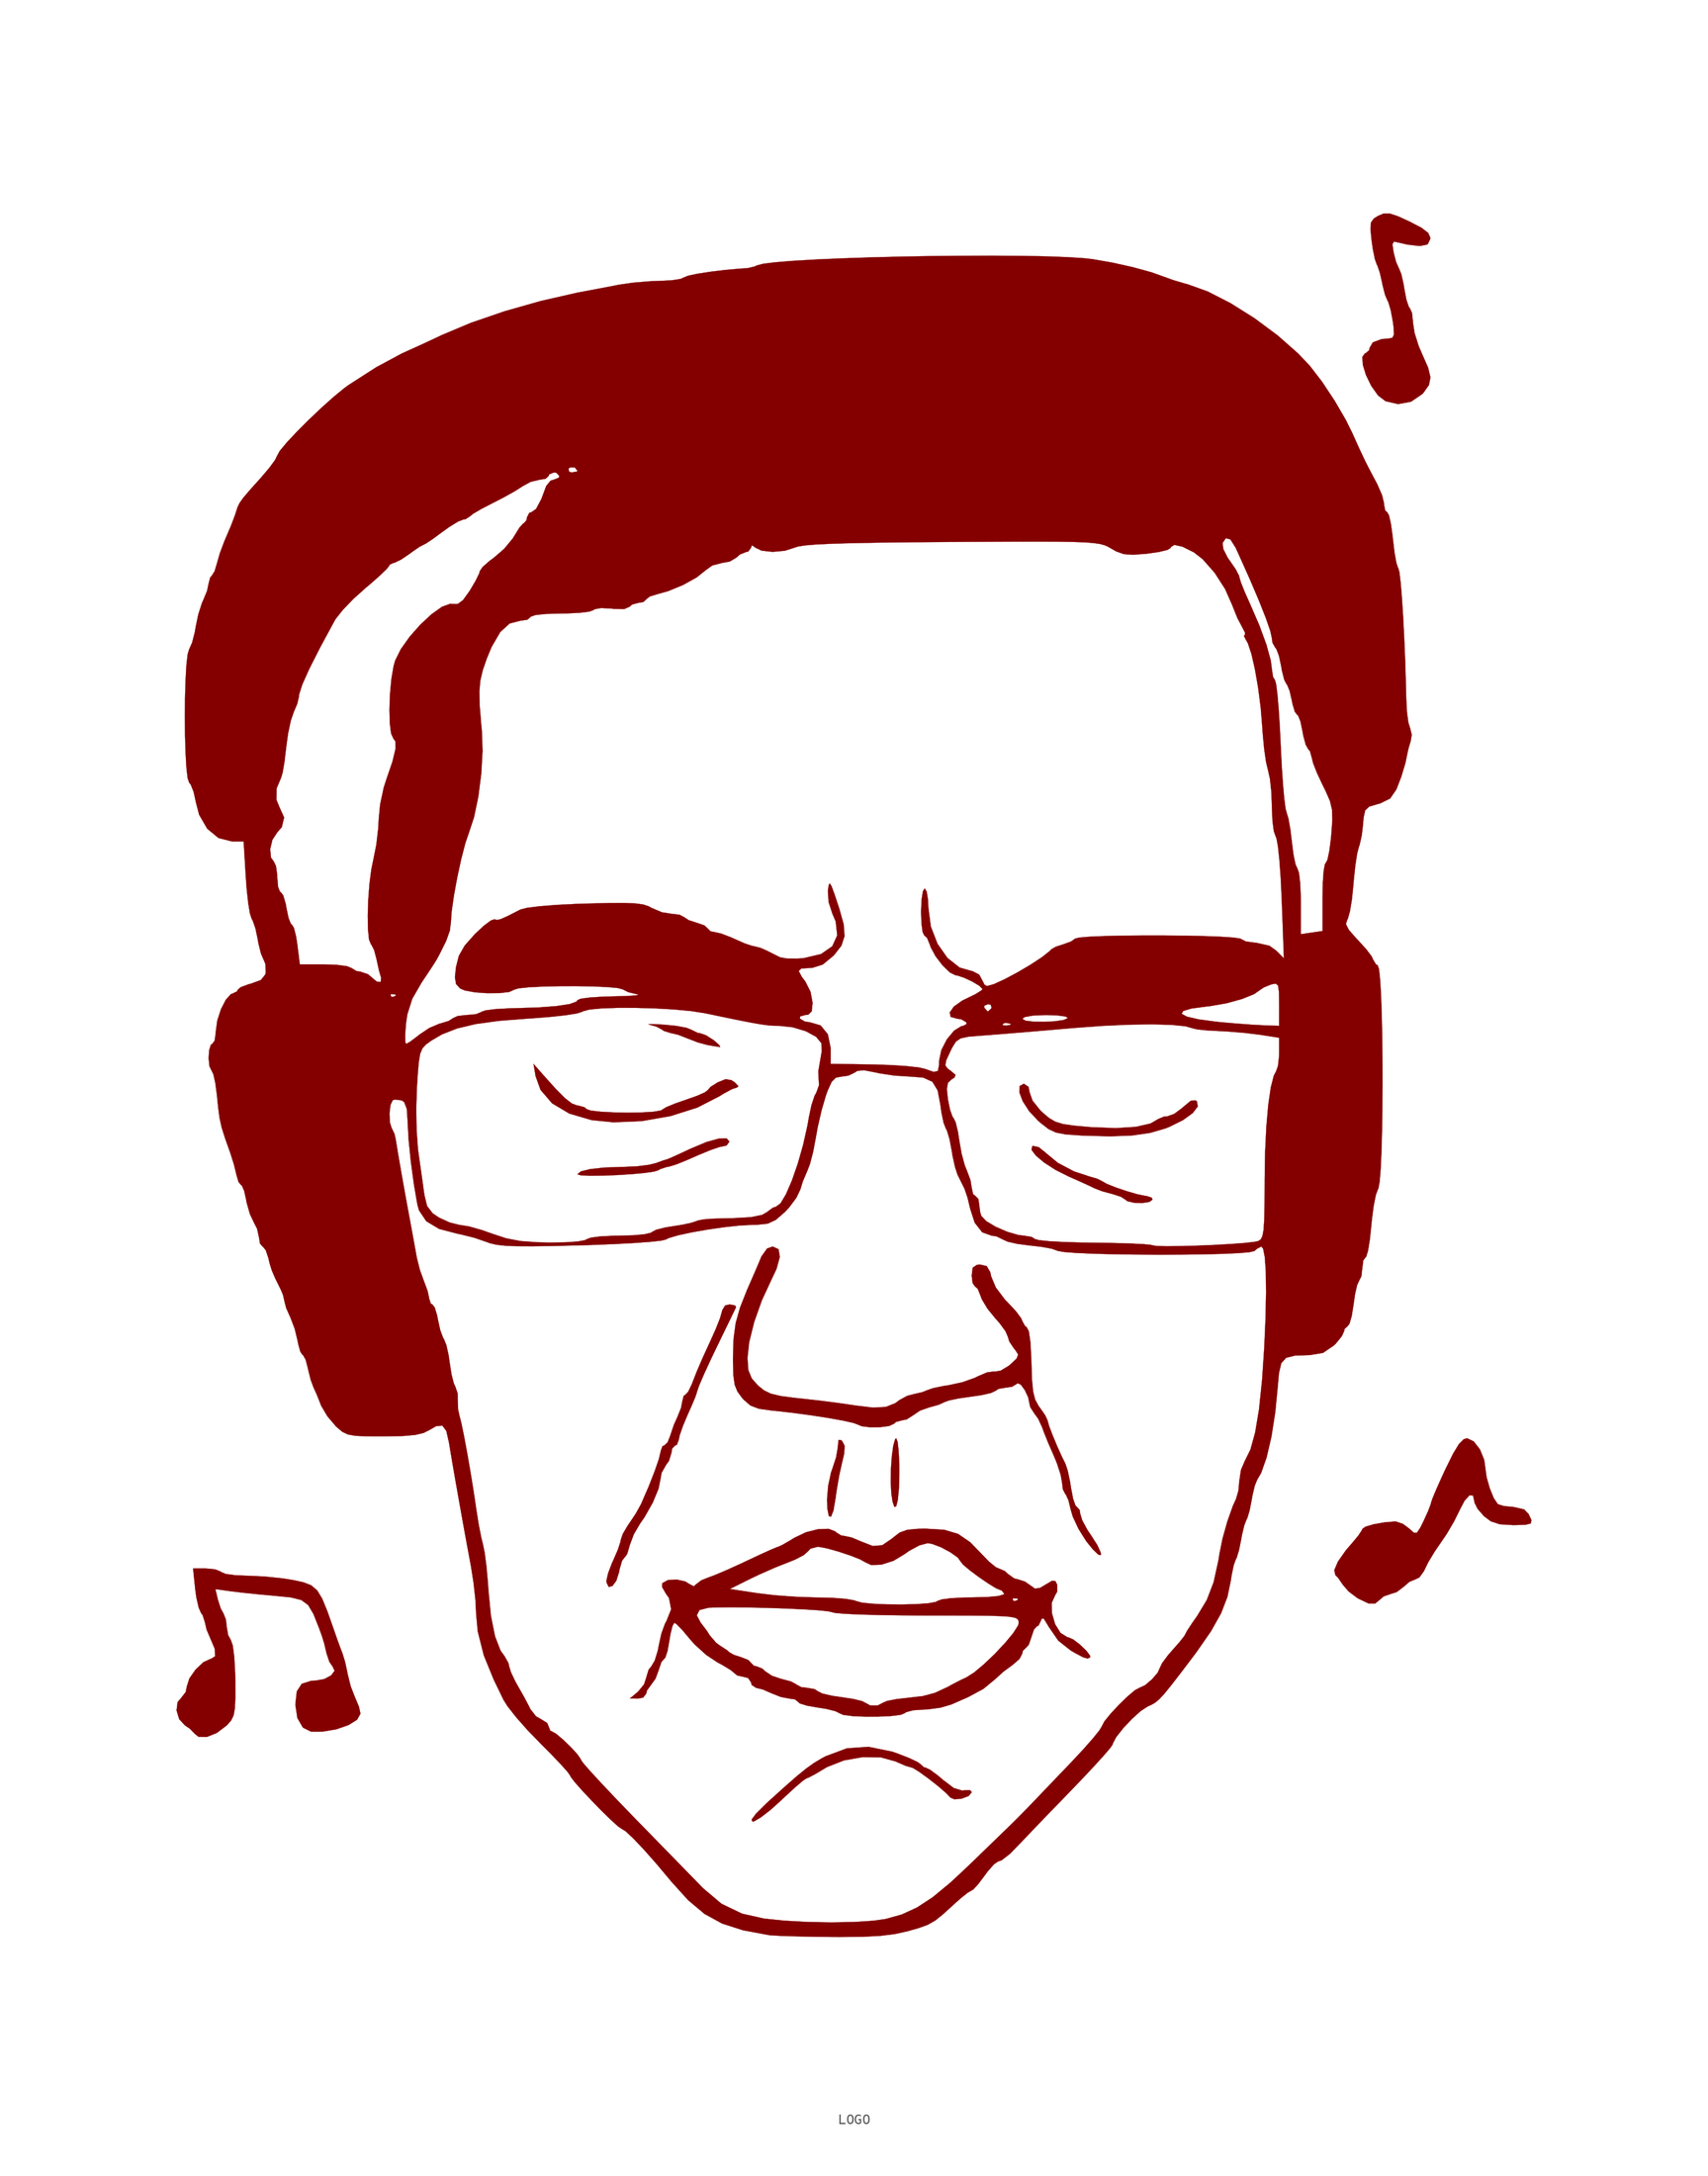
<source format=kicad_sym>
(kicad_symbol_lib
  (version 20220914)
  (generator "bitmap2component")
  (generator_version "9.0")
  (symbol "LOGO"
    (pin_names
      (offset 1.016))
    (property "Reference" "#G"
      (at 0 87.559 0)
      (effects (font (size 1.27 1.27)) hide))
    (symbol "LOGO_0_0"
      (polyline (pts (xy 4.208 -86.011) (xy 5.953 -85.918) (xy 7.352 -85.741) (xy 8.56 -85.471) (xy 9.666 -85.156) (xy 10.538 -84.839) (xy 11.256 -84.43) (xy 12.042 -83.798) (xy 13.121 -82.815) (xy 13.716 -82.284) (xy 14.427 -81.713) (xy 14.811 -81.492) (xy 14.955 -81.411) (xy 15.433 -80.902) (xy 16.051 -80.081) (xy 16.393 -79.616) (xy 16.995 -78.937) (xy 17.393 -78.669) (xy 17.726 -78.557) (xy 18.548 -77.923) (xy 19.68 -76.764) (xy 19.939 -76.486) (xy 20.665 -75.724) (xy 21.72 -74.626) (xy 23.007 -73.293) (xy 24.43 -71.826) (xy 25.474 -70.74) (xy 26.709 -69.427) (xy 27.692 -68.346) (xy 28.341 -67.588) (xy 28.575 -67.241) (xy 28.586 -67.156) (xy 28.922 -66.525) (xy 29.6 -65.666) (xy 30.451 -64.761) (xy 31.306 -63.992) (xy 31.997 -63.542) (xy 32.282 -63.419) (xy 32.67 -63.207) (xy 33.065 -62.891) (xy 33.549 -62.378) (xy 34.206 -61.576) (xy 35.122 -60.394) (xy 36.378 -58.74) (xy 36.75 -58.243) (xy 38.162 -56.207) (xy 39.141 -54.462) (xy 39.76 -52.859) (xy 40.095 -51.248) (xy 40.175 -50.713) (xy 40.379 -49.751) (xy 40.578 -49.212) (xy 40.66 -49.056) (xy 40.888 -48.309) (xy 41.099 -47.272) (xy 41.178 -46.827) (xy 41.406 -45.875) (xy 41.62 -45.332) (xy 41.698 -45.183) (xy 41.922 -44.442) (xy 42.124 -43.409) (xy 42.197 -42.985) (xy 42.425 -42.025) (xy 42.65 -41.469) (xy 43.054 -40.766) (xy 43.584 -39.261) (xy 44.049 -37.255) (xy 44.424 -34.87) (xy 44.681 -32.225) (xy 44.782 -31.06) (xy 45.011 -30.076) (xy 45.488 -29.547) (xy 46.362 -29.33) (xy 47.782 -29.285) (xy 49.083 -29.07) (xy 50.163 -28.333) (xy 50.329 -28.167) (xy 50.916 -27.449) (xy 51.153 -26.922) (xy 51.18 -26.739) (xy 51.488 -26.458) (xy 51.669 -26.221) (xy 51.887 -25.451) (xy 52.064 -24.334) (xy 52.204 -23.361) (xy 52.411 -22.446) (xy 52.61 -22.02) (xy 52.823 -21.597) (xy 52.917 -20.793) (xy 53.008 -20.062) (xy 53.228 -19.756) (xy 53.297 -19.69) (xy 53.472 -19.105) (xy 53.647 -18.044) (xy 53.792 -16.669) (xy 53.845 -16.104) (xy 54.026 -14.719) (xy 54.24 -13.648) (xy 54.452 -13.085) (xy 54.487 -13.019) (xy 54.607 -12.363) (xy 54.706 -11.153) (xy 54.783 -9.493) (xy 54.839 -7.489) (xy 54.874 -5.245) (xy 54.888 -2.867) (xy 54.882 -0.459) (xy 54.855 1.874) (xy 54.807 4.026) (xy 54.739 5.893) (xy 54.651 7.369) (xy 54.544 8.35) (xy 54.416 8.731) (xy 54.255 8.812) (xy 53.975 9.277) (xy 53.828 9.6) (xy 53.295 10.305) (xy 52.507 11.171) (xy 52.353 11.329) (xy 51.6 12.186) (xy 51.317 12.748) (xy 51.434 13.143) (xy 51.498 13.253) (xy 51.708 13.992) (xy 51.903 15.174) (xy 52.048 16.6) (xy 52.082 17.031) (xy 52.233 18.458) (xy 52.41 19.615) (xy 52.583 20.285) (xy 52.657 20.486) (xy 52.866 21.425) (xy 52.996 22.566) (xy 53.036 23.108) (xy 53.193 23.84) (xy 53.594 24.211) (xy 54.416 24.453) (xy 54.66 24.516) (xy 55.63 24.997) (xy 56.235 25.876) (xy 56.253 25.916) (xy 56.72 27.135) (xy 57.115 28.436) (xy 57.328 29.457) (xy 57.411 29.846) (xy 57.641 30.62) (xy 57.738 31.218) (xy 57.58 31.855) (xy 57.577 31.859) (xy 57.404 32.415) (xy 57.268 33.453) (xy 57.2 34.749) (xy 57.175 35.895) (xy 57.103 38.263) (xy 57.008 40.572) (xy 56.898 42.714) (xy 56.778 44.581) (xy 56.655 46.067) (xy 56.536 47.062) (xy 56.426 47.46) (xy 56.403 47.483) (xy 56.235 47.989) (xy 56.057 48.981) (xy 55.904 50.273) (xy 55.879 50.523) (xy 55.714 51.738) (xy 55.524 52.593) (xy 55.345 52.917) (xy 55.158 53.064) (xy 55.033 53.656) (xy 55.025 53.83) (xy 54.843 54.578) (xy 54.38 55.639) (xy 53.582 57.15) (xy 53.211 57.877) (xy 52.613 59.142) (xy 51.921 60.678) (xy 51.318 61.899) (xy 50.219 63.789) (xy 48.981 65.657) (xy 47.801 67.188) (xy 46.653 68.401) (xy 44.654 70.162) (xy 42.406 71.832) (xy 40.081 73.295) (xy 37.852 74.438) (xy 35.891 75.144) (xy 35.569 75.228) (xy 34.478 75.551) (xy 33.69 75.835) (xy 33.667 75.845) (xy 32.33 76.321) (xy 30.54 76.812) (xy 28.539 77.258) (xy 26.567 77.6) (xy 25.794 77.686) (xy 24.157 77.793) (xy 22.063 77.869) (xy 19.602 77.916) (xy 16.862 77.934) (xy 13.934 77.927) (xy 10.907 77.896) (xy 7.87 77.842) (xy 4.912 77.768) (xy 2.124 77.674) (xy -0.406 77.563) (xy -2.588 77.436) (xy -4.333 77.295) (xy -5.552 77.142) (xy -6.154 76.978) (xy -6.328 76.889) (xy -7.056 76.715) (xy -7.643 76.682) (xy -9.124 76.554) (xy -10.599 76.378) (xy -11.894 76.18) (xy -12.835 75.985) (xy -13.248 75.817) (xy -13.586 75.666) (xy -14.455 75.533) (xy -15.631 75.473) (xy -16.562 75.441) (xy -18.192 75.305) (xy -19.579 75.104) (xy -20.041 75.014) (xy -21.559 74.722) (xy -22.931 74.465) (xy -23.68 74.323) (xy -27.234 73.513) (xy -30.769 72.509) (xy -34.055 71.38) (xy -36.865 70.197) (xy -37.917 69.701) (xy -39.224 69.097) (xy -40.217 68.65) (xy -40.785 68.39) (xy -43.272 67.053) (xy -45.989 65.305) (xy -46.377 65.021) (xy -47.425 64.162) (xy -48.627 63.087) (xy -49.866 61.91) (xy -51.029 60.745) (xy -52.003 59.703) (xy -52.672 58.898) (xy -52.923 58.443) (xy -53.137 58.006) (xy -53.713 57.221) (xy -53.769 57.156) (xy -24.515 57.156) (xy -24.36 57.289) (xy -23.895 57.282) (xy -23.636 56.953) (xy -23.702 56.879) (xy -24.186 56.797) (xy -24.438 56.849) (xy -24.515 57.156) (xy -53.769 57.156) (xy -54.524 56.268) (xy -54.654 56.124) (xy -55.626 55.041) (xy -56.238 54.321) (xy -56.595 53.818) (xy -56.801 53.389) (xy -56.959 52.89) (xy -57.045 52.622) (xy -57.421 51.629) (xy -57.898 50.51) (xy -58.069 50.114) (xy -58.518 48.92) (xy -58.797 47.944) (xy -59.029 47.167) (xy -59.312 46.715) (xy -59.46 46.55) (xy -59.622 45.928) (xy -59.762 45.252) (xy -60.129 44.364) (xy -60.262 44.069) (xy -60.619 42.959) (xy -60.877 41.718) (xy -60.965 41.204) (xy -61.23 40.178) (xy -61.516 39.545) (xy -61.66 39.059) (xy -61.778 38.012) (xy -61.863 36.553) (xy -61.913 34.821) (xy -61.929 32.957) (xy -61.912 31.1) (xy -61.861 29.39) (xy -61.776 27.966) (xy -61.658 26.967) (xy -61.506 26.534) (xy -61.363 26.365) (xy -61.074 25.634) (xy -60.846 24.591) (xy -60.539 23.414) (xy -59.751 22.051) (xy -58.651 21.144) (xy -57.352 20.814) (xy -56.198 20.814) (xy -56.152 20.048) (xy -53.611 20.048) (xy -53.394 20.966) (xy -52.917 21.696) (xy -52.475 22.205) (xy -52.25 23.147) (xy -52.719 24.186) (xy -52.998 24.875) (xy -52.982 25.979) (xy -52.56 26.988) (xy -52.548 27.006) (xy -52.387 27.562) (xy -52.212 28.596) (xy -52.059 29.899) (xy -51.867 31.318) (xy -51.598 32.587) (xy -51.31 33.427) (xy -50.961 34.251) (xy -50.802 34.959) (xy -50.778 35.175) (xy -50.468 36.136) (xy -49.791 37.643) (xy -48.743 39.71) (xy -47.315 42.352) (xy -47.222 42.506) (xy -46.518 43.396) (xy -45.484 44.469) (xy -44.306 45.526) (xy -43.893 45.873) (xy -42.919 46.73) (xy -42.24 47.383) (xy -41.985 47.713) (xy -41.962 47.798) (xy -41.573 47.978) (xy -41.462 47.997) (xy -40.832 48.303) (xy -40.009 48.86) (xy -39.741 49.06) (xy -39.034 49.547) (xy -38.656 49.742) (xy -38.416 49.861) (xy -37.747 50.309) (xy -36.841 50.976) (xy -36.128 51.488) (xy -35.274 52.009) (xy -34.751 52.211) (xy -34.567 52.231) (xy -34.161 52.487) (xy -33.823 52.76) (xy -33.018 53.234) (xy -31.926 53.798) (xy -30.865 54.342) (xy -29.73 54.976) (xy -28.968 55.463) (xy -28.195 55.882) (xy -27.293 56.092) (xy -26.759 56.174) (xy -26.458 56.444) (xy -26.399 56.607) (xy -25.929 56.797) (xy -25.686 56.757) (xy -25.4 56.444) (xy -25.464 56.279) (xy -25.94 56.092) (xy -26.258 55.998) (xy -26.687 55.474) (xy -27.155 54.214) (xy -27.675 53.237) (xy -28.132 52.917) (xy -28.337 52.856) (xy -28.575 52.388) (xy -28.605 52.145) (xy -28.848 51.858) (xy -28.914 51.834) (xy -29.296 51.415) (xy -29.777 50.639) (xy -29.949 50.356) (xy -30.79 49.344) (xy -31.797 48.474) (xy -32.218 48.165) (xy -32.894 47.569) (xy -33.161 47.173) (xy -33.222 46.951) (xy -33.571 46.234) (xy -34.124 45.294) (xy -34.163 45.233) (xy -34.803 44.343) (xy -35.32 43.963) (xy -35.878 43.97) (xy -36.056 43.985) (xy -36.853 43.693) (xy -37.863 42.975) (xy -38.954 41.963) (xy -39.997 40.785) (xy -40.862 39.571) (xy -41.419 38.45) (xy -41.574 37.897) (xy -41.788 36.637) (xy -41.923 35.17) (xy -41.976 33.676) (xy -41.941 32.337) (xy -41.815 31.333) (xy -41.594 30.847) (xy -41.397 30.572) (xy -41.387 29.829) (xy -41.682 28.598) (xy -42.295 26.811) (xy -42.532 26.067) (xy -42.884 24.427) (xy -43.027 22.916) (xy -43.062 22.151) (xy -43.258 20.482) (xy -43.568 18.93) (xy -43.743 18.082) (xy -43.925 16.68) (xy -44.042 15.124) (xy -44.092 13.586) (xy -44.068 12.236) (xy -43.967 11.245) (xy -43.784 10.784) (xy -43.742 10.749) (xy -43.47 10.213) (xy -43.235 9.328) (xy -43.213 9.214) (xy -42.998 8.236) (xy -42.804 7.56) (xy -42.784 7.503) (xy -42.825 7.11) (xy -43.211 7.139) (xy -43.744 7.585) (xy -44.065 7.859) (xy -44.825 8.114) (xy -45.184 8.164) (xy -45.685 8.467) (xy -45.685 8.468) (xy -46.127 8.645) (xy -47.07 8.771) (xy -48.311 8.819) (xy -50.719 8.819) (xy -50.961 10.76) (xy -51.087 11.562) (xy -51.294 12.382) (xy -51.491 12.7) (xy -51.589 12.774) (xy -51.818 13.343) (xy -52.016 14.287) (xy -52.103 14.766) (xy -52.341 15.561) (xy -52.586 15.875) (xy -52.656 15.907) (xy -52.842 16.389) (xy -52.917 17.265) (xy -52.923 17.534) (xy -53.044 18.411) (xy -53.269 18.874) (xy -53.532 19.233) (xy -53.611 20.048) (xy -56.152 20.048) (xy -55.981 17.249) (xy -55.906 16.23) (xy -55.755 14.824) (xy -55.583 13.777) (xy -55.414 13.263) (xy -55.316 13.102) (xy -55.046 12.324) (xy -54.824 11.271) (xy -54.752 10.854) (xy -54.507 9.871) (xy -54.252 9.28) (xy -54.078 8.873) (xy -54.036 8.057) (xy -54.087 7.832) (xy -54.514 7.295) (xy -55.474 6.944) (xy -55.726 6.879) (xy -56.49 6.59) (xy -56.797 6.315) (xy -56.828 6.198) (xy -57.238 5.989) (xy -57.434 5.925) (xy -57.475 5.88) (xy -41.863 5.88) (xy -41.811 5.922) (xy -41.393 5.88) (xy -41.337 5.774) (xy -41.628 5.644) (xy -41.815 5.67) (xy -41.863 5.88) (xy -57.475 5.88) (xy -57.934 5.375) (xy -58.413 4.439) (xy -58.772 3.334) (xy -58.914 2.279) (xy -58.917 2.129) (xy -58.936 2.001) (xy -40.441 2.001) (xy -40.358 3.087) (xy -40.23 3.949) (xy -39.752 5.459) (xy -38.856 7.02) (xy -38.222 7.968) (xy -37.655 8.834) (xy -37.356 9.313) (xy -37.121 9.745) (xy -36.444 11.104) (xy -36.088 12.107) (xy -35.984 12.931) (xy -35.91 13.976) (xy -35.686 15.542) (xy -35.358 17.327) (xy -34.972 19.101) (xy -34.574 20.634) (xy -34.212 21.696) (xy -33.724 23.173) (xy -33.306 25.184) (xy -33.02 27.42) (xy -32.895 29.637) (xy -32.962 31.59) (xy -33.031 32.291) (xy -33.176 34.081) (xy -33.206 35.421) (xy -33.111 36.5) (xy -32.875 37.507) (xy -32.488 38.629) (xy -32.011 39.779) (xy -31.165 41.234) (xy -30.25 42.067) (xy -29.219 42.333) (xy -28.527 42.433) (xy -28.222 42.686) (xy -28.203 42.73) (xy -27.726 42.892) (xy -26.697 43) (xy -25.244 43.039) (xy -24.74 43.044) (xy -23.436 43.106) (xy -22.482 43.226) (xy -22.054 43.383) (xy -21.953 43.463) (xy -21.307 43.575) (xy -20.316 43.518) (xy -20.142 43.496) (xy -19.074 43.474) (xy -18.547 43.703) (xy -18.307 43.915) (xy -17.618 44.097) (xy -17.228 44.153) (xy -16.933 44.406) (xy -16.93 44.43) (xy -16.57 44.704) (xy -15.795 44.942) (xy -14.798 45.219) (xy -13.341 45.82) (xy -12.017 46.553) (xy -11.104 47.281) (xy -10.479 47.726) (xy -9.514 47.978) (xy -8.78 48.107) (xy -8.114 48.507) (xy -7.807 48.787) (xy -7.189 49.036) (xy -6.984 49.076) (xy -6.703 49.459) (xy -6.629 49.705) (xy -6.279 49.459) (xy -5.669 49.168) (xy -4.603 49.051) (xy -3.415 49.157) (xy -2.394 49.483) (xy -2.137 49.569) (xy -1.463 49.677) (xy -0.383 49.767) (xy 1.153 49.842) (xy 3.195 49.902) (xy 5.793 49.95) (xy 8.996 49.988) (xy 12.855 50.017) (xy 15.756 50.034) (xy 18.808 50.049) (xy 21.279 50.053) (xy 23.238 50.044) (xy 24.754 50.018) (xy 25.897 49.974) (xy 26.649 49.914) (xy 39.285 49.914) (xy 39.602 50.38) (xy 40.045 50.269) (xy 40.547 49.477) (xy 40.873 48.769) (xy 41.944 46.379) (xy 42.836 44.286) (xy 43.514 42.572) (xy 43.946 41.322) (xy 44.097 40.619) (xy 44.155 40.184) (xy 44.43 39.7) (xy 44.533 39.578) (xy 44.788 38.908) (xy 44.999 37.911) (xy 45.079 37.452) (xy 45.301 36.579) (xy 45.518 36.154) (xy 45.582 36.086) (xy 45.824 35.5) (xy 46.038 34.57) (xy 46.099 34.25) (xy 46.329 33.472) (xy 46.558 33.161) (xy 46.653 33.089) (xy 46.879 32.524) (xy 47.076 31.582) (xy 47.156 31.131) (xy 47.396 30.244) (xy 47.645 29.797) (xy 47.805 29.626) (xy 47.982 28.995) (xy 48.119 28.442) (xy 48.507 27.457) (xy 49.057 26.287) (xy 49.338 25.725) (xy 49.764 24.744) (xy 49.966 23.885) (xy 49.992 22.873) (xy 49.889 21.436) (xy 49.858 21.105) (xy 49.699 19.88) (xy 49.516 19.021) (xy 49.343 18.697) (xy 49.266 18.591) (xy 49.148 17.936) (xy 49.066 16.817) (xy 49.036 15.386) (xy 49.036 12.075) (xy 47.978 11.919) (xy 46.919 11.764) (xy 46.919 14.857) (xy 46.913 15.467) (xy 46.852 16.777) (xy 46.74 17.73) (xy 46.594 18.151) (xy 46.402 18.574) (xy 46.205 19.501) (xy 46.048 20.729) (xy 45.902 21.954) (xy 45.707 23.048) (xy 45.515 23.683) (xy 45.426 24.03) (xy 45.3 25.011) (xy 45.171 26.471) (xy 45.05 28.28) (xy 44.95 30.309) (xy 44.873 31.913) (xy 44.758 33.714) (xy 44.634 35.165) (xy 44.51 36.148) (xy 44.398 36.545) (xy 44.209 36.852) (xy 44.097 37.579) (xy 43.99 38.445) (xy 43.57 39.98) (xy 42.874 41.881) (xy 41.95 44.01) (xy 41.948 44.015) (xy 41.431 45.175) (xy 41.063 46.101) (xy 40.922 46.591) (xy 40.895 46.718) (xy 40.571 47.346) (xy 40.001 48.174) (xy 39.783 48.485) (xy 39.357 49.325) (xy 39.285 49.914) (xy 26.649 49.914) (xy 26.736 49.908) (xy 27.34 49.817) (xy 27.779 49.698) (xy 28.121 49.548) (xy 28.436 49.366) (xy 28.915 49.093) (xy 29.664 48.828) (xy 30.58 48.767) (xy 31.925 48.873) (xy 33.058 49.035) (xy 33.898 49.237) (xy 34.219 49.43) (xy 34.228 49.511) (xy 34.582 49.731) (xy 35.369 49.557) (xy 36.476 49.011) (xy 37.347 48.335) (xy 38.506 47.019) (xy 39.532 45.428) (xy 40.255 43.794) (xy 40.289 43.694) (xy 40.728 42.602) (xy 41.193 41.716) (xy 41.476 41.17) (xy 41.449 40.922) (xy 41.368 40.853) (xy 41.562 40.472) (xy 41.753 40.137) (xy 42.1 39.092) (xy 42.443 37.592) (xy 42.755 35.792) (xy 43.005 33.851) (xy 43.163 31.926) (xy 43.199 31.358) (xy 43.343 29.836) (xy 43.526 28.56) (xy 43.718 27.758) (xy 43.907 26.917) (xy 44.045 25.64) (xy 44.097 24.213) (xy 44.097 24.11) (xy 44.153 22.817) (xy 44.286 21.806) (xy 44.469 21.289) (xy 44.548 21.105) (xy 44.693 20.291) (xy 44.833 18.951) (xy 44.958 17.204) (xy 45.055 15.165) (xy 45.269 9.412) (xy 44.507 10.174) (xy 43.851 10.639) (xy 42.531 10.936) (xy 42.423 10.938) (xy 41.568 11.05) (xy 41.099 11.289) (xy 41.001 11.338) (xy 40.325 11.437) (xy 39.123 11.517) (xy 37.516 11.578) (xy 35.627 11.618) (xy 33.581 11.639) (xy 31.501 11.64) (xy 29.509 11.62) (xy 27.729 11.579) (xy 26.285 11.517) (xy 25.299 11.433) (xy 24.895 11.328) (xy 24.506 11.051) (xy 23.731 10.771) (xy 23.024 10.542) (xy 22.581 10.291) (xy 22.427 10.123) (xy 21.668 9.522) (xy 20.555 8.791) (xy 19.276 8.037) (xy 18.017 7.367) (xy 16.964 6.887) (xy 16.304 6.703) (xy 16.067 6.836) (xy 15.773 7.408) (xy 15.547 7.82) (xy 14.938 8.14) (xy 13.646 8.506) (xy 12.451 9.447) (xy 11.48 10.829) (xy 10.828 12.516) (xy 10.587 14.376) (xy 10.558 15.092) (xy 10.428 15.91) (xy 10.231 16.228) (xy 10.06 15.953) (xy 9.928 15.133) (xy 9.878 13.935) (xy 9.919 12.805) (xy 10.032 11.963) (xy 10.192 11.642) (xy 10.459 11.412) (xy 10.732 10.745) (xy 10.812 10.5) (xy 11.287 9.619) (xy 11.967 8.728) (xy 12.675 8.038) (xy 13.233 7.761) (xy 13.39 7.743) (xy 14.084 7.514) (xy 14.904 7.127) (xy 15.587 6.715) (xy 15.872 6.412) (xy 15.775 6.289) (xy 15.201 5.924) (xy 14.284 5.477) (xy 13.885 5.282) (xy 13.174 4.773) (xy 16.023 4.773) (xy 16.404 4.939) (xy 16.673 4.885) (xy 16.757 4.586) (xy 16.685 4.479) (xy 16.404 4.233) (xy 16.353 4.25) (xy 16.051 4.586) (xy 16.023 4.773) (xy 13.174 4.773) (xy 13.069 4.698) (xy 12.675 4.13) (xy 12.701 4.001) (xy 35.294 4.001) (xy 35.434 4.27) (xy 36.244 4.514) (xy 37.739 4.713) (xy 38.084 4.75) (xy 39.666 5.026) (xy 41.155 5.434) (xy 42.347 5.91) (xy 43.039 6.391) (xy 43.317 6.577) (xy 44.009 6.855) (xy 44.068 6.874) (xy 44.481 6.947) (xy 44.7 6.75) (xy 44.787 6.137) (xy 44.803 4.963) (xy 44.803 2.822) (xy 43.303 2.876) (xy 42.202 2.935) (xy 40.706 3.044) (xy 39.158 3.177) (xy 38.715 3.221) (xy 36.951 3.458) (xy 35.805 3.724) (xy 35.294 4.001) (xy 12.701 4.001) (xy 12.762 3.699) (xy 13.385 3.528) (xy 13.518 3.509) (xy 19.756 3.509) (xy 19.978 3.682) (xy 20.788 3.828) (xy 22.069 3.881) (xy 22.072 3.881) (xy 23.211 3.84) (xy 23.976 3.734) (xy 24.201 3.586) (xy 23.789 3.398) (xy 22.941 3.272) (xy 21.887 3.216) (xy 20.854 3.234) (xy 20.068 3.33) (xy 19.756 3.509) (xy 13.518 3.509) (xy 13.79 3.471) (xy 14.287 3.175) (xy 14.327 3.002) (xy 14.147 2.907) (xy 17.792 2.907) (xy 17.925 3.063) (xy 18.13 3.12) (xy 18.602 3.035) (xy 18.596 2.915) (xy 18.139 2.85) (xy 17.792 2.907) (xy 14.147 2.907) (xy 13.987 2.822) (xy 13.816 2.8) (xy 13.093 2.354) (xy 12.388 1.499) (xy 11.854 0.456) (xy 11.642 -0.556) (xy 11.636 -0.991) (xy 11.628 -1.028) (xy 12.243 -1.028) (xy 12.326 -0.55) (xy 12.725 0.322) (xy 12.92 0.718) (xy 13.28 1.292) (xy 13.744 1.608) (xy 14.51 1.768) (xy 15.781 1.873) (xy 16.647 1.937) (xy 18.231 2.064) (xy 20.213 2.227) (xy 22.424 2.414) (xy 24.694 2.61) (xy 27.439 2.814) (xy 30.052 2.938) (xy 32.358 2.974) (xy 34.258 2.924) (xy 35.655 2.787) (xy 36.45 2.564) (xy 36.821 2.479) (xy 37.725 2.385) (xy 38.919 2.319) (xy 39.831 2.271) (xy 41.503 2.131) (xy 42.951 1.953) (xy 44.803 1.666) (xy 44.803 0.198) (xy 44.796 -0.126) (xy 44.693 -1.065) (xy 44.507 -1.605) (xy 44.279 -2.041) (xy 43.986 -3.196) (xy 43.741 -4.893) (xy 43.554 -7.033) (xy 43.434 -9.522) (xy 43.392 -12.262) (xy 43.392 -12.602) (xy 43.382 -14.646) (xy 43.35 -16.105) (xy 43.284 -17.081) (xy 43.173 -17.679) (xy 43.007 -18.004) (xy 42.774 -18.16) (xy 42.378 -18.245) (xy 41.396 -18.353) (xy 40.028 -18.454) (xy 38.43 -18.543) (xy 36.758 -18.613) (xy 35.167 -18.657) (xy 33.813 -18.669) (xy 32.851 -18.644) (xy 32.438 -18.575) (xy 32.281 -18.532) (xy 31.524 -18.461) (xy 30.26 -18.4) (xy 28.613 -18.353) (xy 26.707 -18.326) (xy 25.57 -18.311) (xy 23.799 -18.257) (xy 22.36 -18.176) (xy 21.375 -18.075) (xy 20.972 -17.962) (xy 20.667 -17.761) (xy 19.94 -17.639) (xy 19.38 -17.576) (xy 18.279 -17.257) (xy 17.147 -16.765) (xy 16.224 -16.21) (xy 15.749 -15.704) (xy 15.643 -15.345) (xy 15.522 -14.435) (xy 15.46 -14.053) (xy 15.169 -13.758) (xy 14.949 -13.584) (xy 14.815 -12.965) (xy 14.694 -12.214) (xy 14.332 -11.251) (xy 14.139 -10.775) (xy 13.83 -9.636) (xy 13.604 -8.346) (xy 13.474 -7.507) (xy 13.257 -6.6) (xy 13.049 -6.171) (xy 12.945 -6.038) (xy 12.703 -5.36) (xy 12.497 -4.354) (xy 12.391 -3.342) (xy 12.495 -2.732) (xy 12.859 -2.388) (xy 13.138 -2.216) (xy 13.236 -1.951) (xy 12.761 -1.555) (xy 12.48 -1.35) (xy 12.243 -1.028) (xy 11.628 -1.028) (xy 11.516 -1.578) (xy 11.106 -1.669) (xy 10.231 -1.363) (xy 9.642 -1.232) (xy 8.469 -1.1) (xy 6.93 -0.999) (xy 5.204 -0.944) (xy 1.059 -0.882) (xy 1.059 0.563) (xy 1.057 0.678) (xy 0.783 2.006) (xy 0.082 2.868) (xy -0.977 3.175) (xy -1.447 3.24) (xy -1.94 3.528) (xy -1.92 3.745) (xy -1.432 3.881) (xy -1.119 3.915) (xy -0.789 4.24) (xy -0.706 5.068) (xy -0.904 6.144) (xy -1.411 7.152) (xy -1.762 7.614) (xy -2.055 8.175) (xy -1.806 8.417) (xy -0.97 8.47) (xy -0.738 8.48) (xy 0.28 8.798) (xy 1.323 9.655) (xy 1.409 9.744) (xy 2.113 10.651) (xy 2.412 11.576) (xy 2.33 12.721) (xy 1.893 14.287) (xy 1.436 15.659) (xy 1.142 16.452) (xy 0.968 16.721) (xy 0.867 16.541) (xy 0.79 15.986) (xy 0.857 14.907) (xy 1.214 13.798) (xy 1.554 12.992) (xy 1.7 11.648) (xy 1.213 10.58) (xy 0.117 9.827) (xy -1.562 9.429) (xy -2.139 9.384) (xy -3.192 9.388) (xy -3.855 9.506) (xy -4.35 9.747) (xy -5.199 10.175) (xy -5.79 10.433) (xy -6.433 10.595) (xy -6.592 10.621) (xy -7.328 10.867) (xy -8.29 11.289) (xy -8.644 11.452) (xy -9.629 11.827) (xy -10.319 11.982) (xy -10.644 12.038) (xy -10.936 12.319) (xy -10.936 12.325) (xy -11.252 12.62) (xy -11.99 12.876) (xy -12.786 13.131) (xy -13.246 13.433) (xy -13.684 13.659) (xy -14.497 13.758) (xy -15.392 13.897) (xy -16.425 14.334) (xy -16.701 14.488) (xy -17.227 14.66) (xy -17.987 14.764) (xy -19.1 14.809) (xy -20.682 14.8) (xy -22.851 14.747) (xy -23.543 14.725) (xy -25.593 14.625) (xy -27.298 14.492) (xy -28.538 14.338) (xy -29.192 14.172) (xy -29.246 14.144) (xy -30.404 13.553) (xy -31.101 13.24) (xy -31.492 13.147) (xy -31.73 13.217) (xy -32.084 13.1) (xy -32.776 12.582) (xy -33.641 11.775) (xy -34.632 10.656) (xy -35.204 9.66) (xy -35.488 8.543) (xy -35.589 7.554) (xy -35.476 6.901) (xy -35.083 6.469) (xy -34.614 6.273) (xy -33.628 6.095) (xy -32.427 6.008) (xy -31.238 6.019) (xy -30.29 6.131) (xy -29.81 6.35) (xy -29.806 6.355) (xy -29.367 6.487) (xy -28.382 6.588) (xy -27.006 6.657) (xy -25.395 6.694) (xy -23.702 6.697) (xy -22.083 6.668) (xy -20.691 6.605) (xy -19.681 6.508) (xy -19.209 6.377) (xy -18.683 6.111) (xy -17.815 5.901) (xy -17.658 5.851) (xy -17.996 5.786) (xy -18.874 5.733) (xy -20.197 5.697) (xy -21.142 5.671) (xy -22.427 5.588) (xy -23.309 5.47) (xy -23.636 5.332) (xy -23.724 5.193) (xy -24.394 4.949) (xy -25.663 4.754) (xy -27.464 4.617) (xy -29.727 4.546) (xy -30.336 4.531) (xy -31.645 4.455) (xy -32.594 4.336) (xy -33.011 4.192) (xy -33.029 4.167) (xy -33.533 3.964) (xy -34.396 3.881) (xy -34.49 3.88) (xy -35.33 3.782) (xy -35.779 3.573) (xy -36.191 3.305) (xy -36.985 3.063) (xy -37.103 3.035) (xy -38.094 2.614) (xy -39.072 1.959) (xy -39.29 1.779) (xy -39.975 1.265) (xy -40.359 1.058) (xy -40.432 1.265) (xy -40.441 2.001) (xy -58.936 2.001) (xy -59.032 1.368) (xy -59.267 1.058) (xy -59.396 0.977) (xy -59.565 0.437) (xy -59.612 -0.359) (xy -59.531 -1.121) (xy -59.316 -1.557) (xy -59.149 -1.905) (xy -58.956 -2.778) (xy -58.801 -3.959) (xy -58.68 -5.171) (xy -58.605 -5.723) (xy -41.972 -5.723) (xy -41.877 -4.893) (xy -41.66 -4.429) (xy -41.438 -4.361) (xy -40.778 -4.446) (xy -40.537 -4.618) (xy -40.297 -5.237) (xy -39.363 -5.237) (xy -39.296 -3.15) (xy -39.226 -2.046) (xy -39.121 -0.749) (xy -38.983 0.09) (xy -38.765 0.622) (xy -38.422 1) (xy -37.906 1.374) (xy -36.843 1.996) (xy -35.38 2.57) (xy -33.572 2.999) (xy -31.301 3.312) (xy -28.447 3.534) (xy -27.905 3.568) (xy -26.155 3.709) (xy -24.69 3.873) (xy -23.649 4.044) (xy -23.172 4.203) (xy -23.125 4.239) (xy -22.477 4.413) (xy -21.297 4.526) (xy -19.73 4.582) (xy -17.921 4.581) (xy -16.016 4.526) (xy -14.161 4.418) (xy -12.502 4.26) (xy -11.182 4.053) (xy -10.207 3.849) (xy -8.275 3.448) (xy -6.859 3.168) (xy -5.835 2.985) (xy -5.083 2.881) (xy -4.478 2.833) (xy -3.897 2.822) (xy -2.648 2.689) (xy -1.37 2.306) (xy -0.365 1.761) (xy 0.149 1.144) (xy 0.15 1.143) (xy 0.196 0.367) (xy 0.027 -0.61) (xy -0.144 -1.608) (xy -0.106 -2.456) (xy -0.073 -2.949) (xy -0.339 -3.688) (xy -0.512 -3.999) (xy -0.814 -4.91) (xy -1.059 -6.067) (xy -1.202 -6.884) (xy -1.628 -8.783) (xy -2.15 -10.619) (xy -2.724 -12.267) (xy -3.301 -13.6) (xy -3.837 -14.491) (xy -4.284 -14.817) (xy -4.582 -14.913) (xy -5.166 -15.346) (xy -5.619 -15.608) (xy -6.7 -15.831) (xy -8.404 -15.929) (xy -9.605 -15.955) (xy -10.691 -15.995) (xy -11.389 -16.058) (xy -11.881 -16.161) (xy -12.347 -16.324) (xy -12.57 -16.392) (xy -13.435 -16.576) (xy -14.544 -16.751) (xy -15.077 -16.838) (xy -15.972 -17.067) (xy -16.417 -17.306) (xy -16.49 -17.361) (xy -17.113 -17.503) (xy -18.202 -17.602) (xy -19.579 -17.639) (xy -20.064 -17.644) (xy -21.367 -17.707) (xy -22.324 -17.83) (xy -22.754 -17.992) (xy -22.899 -18.075) (xy -23.636 -18.208) (xy -24.85 -18.291) (xy -26.391 -18.31) (xy -27.537 -18.285) (xy -29.215 -18.159) (xy -30.592 -17.896) (xy -31.926 -17.456) (xy -32.967 -17.089) (xy -34.16 -16.75) (xy -34.993 -16.608) (xy -35.12 -16.599) (xy -36.109 -16.348) (xy -37.153 -15.867) (xy -37.762 -15.453) (xy -38.306 -14.746) (xy -38.569 -13.662) (xy -38.722 -12.556) (xy -38.932 -11.067) (xy -39.15 -9.525) (xy -39.196 -9.163) (xy -39.328 -7.349) (xy -39.363 -5.237) (xy -40.297 -5.237) (xy -40.285 -5.266) (xy -40.201 -6.476) (xy -40.199 -6.623) (xy -40.103 -8.322) (xy -39.891 -10.404) (xy -39.596 -12.593) (xy -39.25 -14.611) (xy -39.095 -15.166) (xy -38.384 -16.228) (xy -37.137 -16.977) (xy -35.287 -17.461) (xy -35.063 -17.502) (xy -33.707 -17.838) (xy -32.492 -18.256) (xy -32.175 -18.373) (xy -31.564 -18.518) (xy -30.739 -18.614) (xy -29.6 -18.665) (xy -28.051 -18.673) (xy -25.994 -18.643) (xy -23.329 -18.577) (xy -22.24 -18.544) (xy -20.027 -18.456) (xy -18.092 -18.352) (xy -16.541 -18.239) (xy -15.481 -18.124) (xy -15.02 -18.014) (xy -14.748 -17.875) (xy -13.834 -17.605) (xy -12.5 -17.316) (xy -10.925 -17.039) (xy -9.287 -16.805) (xy -7.764 -16.642) (xy -6.534 -16.581) (xy -6.122 -16.576) (xy -5.076 -16.464) (xy -4.286 -16.095) (xy -3.409 -15.332) (xy -3.002 -14.902) (xy -2.283 -13.939) (xy -1.896 -13.127) (xy -1.655 -12.346) (xy -1.206 -11.289) (xy -0.958 -10.638) (xy -0.649 -9.459) (xy -0.395 -8.114) (xy -0.203 -7.046) (xy 0.181 -5.382) (xy 0.594 -3.974) (xy 0.766 -3.495) (xy 1.161 -2.627) (xy 1.573 -2.223) (xy 2.134 -2.121) (xy 2.792 -2.028) (xy 3.434 -1.716) (xy 3.648 -1.57) (xy 4.303 -1.502) (xy 5.425 -1.716) (xy 5.78 -1.797) (xy 7.278 -2.025) (xy 8.732 -2.117) (xy 10.075 -2.218) (xy 10.981 -2.627) (xy 11.496 -3.474) (xy 11.764 -4.888) (xy 11.864 -5.621) (xy 12.073 -6.62) (xy 12.29 -7.181) (xy 12.406 -7.402) (xy 12.653 -8.22) (xy 12.861 -9.312) (xy 12.951 -9.861) (xy 13.193 -10.961) (xy 13.435 -11.694) (xy 13.639 -12.105) (xy 14.087 -13.009) (xy 14.124 -13.088) (xy 14.413 -13.94) (xy 14.665 -15.003) (xy 15.111 -16.377) (xy 15.84 -17.307) (xy 16.765 -17.639) (xy 17.23 -17.702) (xy 17.88 -18.021) (xy 18.318 -18.222) (xy 19.278 -18.44) (xy 20.509 -18.598) (xy 21.598 -18.722) (xy 22.603 -18.905) (xy 23.135 -19.09) (xy 23.191 -19.119) (xy 23.829 -19.23) (xy 25.024 -19.322) (xy 26.662 -19.395) (xy 28.628 -19.447) (xy 30.807 -19.48) (xy 33.086 -19.493) (xy 35.347 -19.485) (xy 37.478 -19.457) (xy 39.362 -19.408) (xy 40.886 -19.337) (xy 41.935 -19.245) (xy 42.393 -19.132) (xy 42.64 -18.916) (xy 43.065 -18.697) (xy 43.243 -18.907) (xy 43.41 -19.756) (xy 43.505 -21.206) (xy 43.528 -23.197) (xy 43.477 -25.673) (xy 43.349 -28.575) (xy 43.142 -31.679) (xy 42.842 -34.569) (xy 42.464 -36.83) (xy 42.003 -38.5) (xy 41.451 -39.618) (xy 41.084 -40.469) (xy 40.922 -41.535) (xy 40.829 -42.526) (xy 40.601 -43.308) (xy 40.284 -44.005) (xy 39.754 -45.5) (xy 39.286 -47.167) (xy 38.979 -48.683) (xy 38.885 -49.286) (xy 38.413 -51.432) (xy 37.747 -53.168) (xy 36.803 -54.728) (xy 36.308 -55.433) (xy 35.82 -56.178) (xy 35.631 -56.536) (xy 35.542 -56.696) (xy 35.094 -57.263) (xy 34.396 -58.056) (xy 33.952 -58.568) (xy 33.383 -59.333) (xy 33.161 -59.803) (xy 32.958 -60.257) (xy 32.39 -60.915) (xy 31.707 -61.49) (xy 31.163 -61.736) (xy 30.741 -61.963) (xy 30.019 -62.572) (xy 29.171 -63.396) (xy 28.361 -64.265) (xy 27.755 -65.012) (xy 27.517 -65.468) (xy 27.516 -65.476) (xy 27.263 -65.894) (xy 26.614 -66.696) (xy 25.665 -67.771) (xy 24.51 -69.007) (xy 24.47 -69.048) (xy 23.292 -70.278) (xy 22.285 -71.329) (xy 21.556 -72.093) (xy 21.209 -72.458) (xy 21.183 -72.485) (xy 20.294 -73.409) (xy 19.226 -74.491) (xy 18.292 -75.413) (xy 17.78 -75.907) (xy 16.857 -76.801) (xy 15.687 -77.933) (xy 14.407 -79.172) (xy 12.73 -80.737) (xy 11.01 -82.156) (xy 9.472 -83.163) (xy 7.986 -83.843) (xy 6.421 -84.279) (xy 5.225 -84.448) (xy 3.341 -84.57) (xy 1.131 -84.61) (xy -1.203 -84.568) (xy -3.458 -84.444) (xy -5.432 -84.241) (xy -7.588 -83.757) (xy -9.59 -82.792) (xy -11.389 -81.273) (xy -11.527 -81.131) (xy -12.215 -80.423) (xy -13.277 -79.333) (xy -14.626 -77.951) (xy -16.172 -76.367) (xy -17.827 -74.672) (xy -18.557 -73.922) (xy -20.07 -72.349) (xy -21.369 -70.972) (xy -22.386 -69.867) (xy -23.047 -69.111) (xy -23.283 -68.779) (xy -23.296 -68.72) (xy -23.631 -68.231) (xy -24.277 -67.523) (xy -25.042 -66.785) (xy -25.733 -66.205) (xy -26.16 -65.969) (xy -26.285 -65.924) (xy -26.458 -65.481) (xy -26.589 -65.165) (xy -27.16 -64.81) (xy -27.687 -64.507) (xy -28.236 -63.799) (xy -28.348 -63.563) (xy -28.846 -62.617) (xy -29.447 -61.56) (xy -29.679 -61.148) (xy -30.122 -60.223) (xy -30.311 -59.602) (xy -30.362 -59.33) (xy -30.751 -58.643) (xy -31.14 -58.105) (xy -31.68 -56.703) (xy -32.079 -54.715) (xy -32.322 -52.211) (xy -32.371 -51.483) (xy -32.512 -49.92) (xy -32.679 -48.61) (xy -32.845 -47.779) (xy -33.02 -47.075) (xy -33.268 -45.812) (xy -33.489 -44.427) (xy -33.495 -44.384) (xy -33.76 -42.602) (xy -34.069 -40.699) (xy -34.392 -38.838) (xy -34.701 -37.183) (xy -34.966 -35.897) (xy -35.157 -35.146) (xy -35.281 -34.593) (xy -35.316 -33.583) (xy -35.326 -33.016) (xy -35.554 -32.349) (xy -35.693 -32.056) (xy -35.92 -31.18) (xy -36.099 -30.037) (xy -36.203 -29.305) (xy -36.426 -28.298) (xy -36.661 -27.726) (xy -36.743 -27.6) (xy -37.02 -26.85) (xy -37.248 -25.823) (xy -37.32 -25.439) (xy -37.554 -24.654) (xy -37.792 -24.342) (xy -37.943 -24.269) (xy -38.1 -23.778) (xy -38.1 -23.751) (xy -38.254 -23.027) (xy -38.599 -22.102) (xy -39.005 -20.987) (xy -39.313 -19.756) (xy -39.331 -19.651) (xy -39.516 -18.623) (xy -39.773 -17.214) (xy -40.054 -15.699) (xy -40.352 -14.081) (xy -40.758 -11.821) (xy -41.111 -9.786) (xy -41.369 -8.211) (xy -41.49 -7.697) (xy -41.736 -7.182) (xy -41.757 -7.159) (xy -41.935 -6.588) (xy -41.972 -5.723) (xy -58.605 -5.723) (xy -58.54 -6.199) (xy -58.341 -7.09) (xy -58.02 -8.11) (xy -57.516 -9.525) (xy -57.498 -9.575) (xy -57.141 -10.711) (xy -56.893 -11.73) (xy -56.699 -12.397) (xy -56.45 -12.7) (xy -56.376 -12.746) (xy -56.15 -13.258) (xy -55.949 -14.156) (xy -55.904 -14.406) (xy -55.59 -15.522) (xy -55.198 -16.351) (xy -54.884 -16.967) (xy -54.681 -17.894) (xy -54.608 -18.398) (xy -54.356 -18.697) (xy -54.331 -18.7) (xy -54.039 -19.059) (xy -53.782 -19.832) (xy -53.662 -20.343) (xy -53.453 -21.021) (xy -53.121 -21.794) (xy -52.564 -22.926) (xy -52.361 -23.41) (xy -52.209 -24.072) (xy -52.209 -24.077) (xy -52.05 -24.691) (xy -51.676 -25.535) (xy -51.638 -25.611) (xy -51.22 -26.71) (xy -50.928 -27.916) (xy -50.878 -28.196) (xy -50.661 -28.97) (xy -50.441 -29.281) (xy -50.395 -29.297) (xy -50.154 -29.728) (xy -49.933 -30.559) (xy -49.912 -30.67) (xy -49.661 -31.682) (xy -49.394 -32.411) (xy -49.065 -33.136) (xy -48.687 -34.09) (xy -48.626 -34.241) (xy -48.024 -35.259) (xy -47.222 -36.206) (xy -47.045 -36.373) (xy -46.557 -36.775) (xy -46.033 -37.023) (xy -45.306 -37.154) (xy -44.209 -37.205) (xy -42.573 -37.211) (xy -42.374 -37.21) (xy -40.653 -37.175) (xy -39.461 -37.07) (xy -38.639 -36.874) (xy -38.027 -36.563) (xy -37.423 -36.216) (xy -36.816 -36.16) (xy -36.428 -36.678) (xy -36.164 -37.837) (xy -36.112 -38.167) (xy -35.876 -39.578) (xy -35.553 -41.443) (xy -35.175 -43.581) (xy -34.775 -45.814) (xy -34.383 -47.959) (xy -34.033 -49.837) (xy -33.772 -51.493) (xy -33.585 -53.205) (xy -33.514 -54.599) (xy -33.363 -56.237) (xy -32.773 -58.567) (xy -31.801 -60.949) (xy -31.732 -61.089) (xy -31.337 -61.904) (xy -30.852 -62.907) (xy -30.464 -63.525) (xy -29.626 -64.593) (xy -28.517 -65.85) (xy -27.272 -67.136) (xy -26.179 -68.233) (xy -25.225 -69.233) (xy -24.579 -69.961) (xy -24.342 -70.309) (xy -24.3 -70.41) (xy -23.896 -70.938) (xy -23.168 -71.76) (xy -22.25 -72.738) (xy -21.273 -73.737) (xy -20.37 -74.62) (xy -19.673 -75.25) (xy -19.315 -75.492) (xy -18.943 -75.719) (xy -18.197 -76.415) (xy -17.175 -77.493) (xy -15.961 -78.864) (xy -14.64 -80.438) (xy -14.51 -80.597) (xy -12.847 -82.439) (xy -11.25 -83.78) (xy -9.528 -84.724) (xy -7.488 -85.379) (xy -4.939 -85.853) (xy -4.763 -85.871) (xy -3.875 -85.921) (xy -2.492 -85.966) (xy -0.766 -86.004) (xy 1.152 -86.03) (xy 1.962 -86.035) (xy 4.208 -86.011)) (stroke (width 0.01) (type default)) (fill (type outline)))
      (polyline (pts (xy -58.822 -66.139) (xy -57.856 -65.407) (xy -57.8 -65.353) (xy -57.416 -64.913) (xy -57.177 -64.421) (xy -57.051 -63.713) (xy -57.006 -62.626) (xy -57.013 -60.997) (xy -57.026 -60.315) (xy -57.112 -58.73) (xy -57.259 -57.603) (xy -57.454 -57.057) (xy -57.71 -56.589) (xy -57.856 -55.739) (xy -57.928 -55.07) (xy -58.163 -54.486) (xy -58.438 -53.981) (xy -58.711 -53.131) (xy -58.953 -52.11) (xy -57.374 -52.326) (xy -57.319 -52.334) (xy -56.137 -52.474) (xy -54.59 -52.632) (xy -53 -52.776) (xy -51.575 -52.921) (xy -50.572 -53.171) (xy -49.908 -53.658) (xy -49.393 -54.526) (xy -48.84 -55.915) (xy -48.563 -56.678) (xy -48.334 -57.428) (xy -48.108 -58.385) (xy -47.839 -59.192) (xy -47.507 -59.681) (xy -47.326 -60.068) (xy -47.654 -60.513) (xy -48.33 -60.879) (xy -49.185 -61.031) (xy -49.615 -61.049) (xy -50.53 -61.343) (xy -51.012 -62.08) (xy -51.153 -63.369) (xy -50.958 -64.675) (xy -50.421 -65.609) (xy -49.628 -66.007) (xy -48.514 -66.006) (xy -47.161 -65.779) (xy -45.971 -65.368) (xy -45.125 -64.837) (xy -44.805 -64.254) (xy -44.951 -63.576) (xy -45.321 -62.691) (xy -45.34 -62.654) (xy -45.756 -61.583) (xy -46.05 -60.398) (xy -46.069 -60.286) (xy -46.301 -59.212) (xy -46.555 -58.385) (xy -46.688 -58.043) (xy -47.045 -57.071) (xy -47.45 -55.915) (xy -48.023 -54.286) (xy -48.533 -53.042) (xy -49.023 -52.235) (xy -49.597 -51.743) (xy -50.357 -51.445) (xy -51.405 -51.217) (xy -52.38 -51.063) (xy -54.204 -50.874) (xy -55.885 -50.8) (xy -57.008 -50.756) (xy -57.944 -50.629) (xy -58.385 -50.447) (xy -58.42 -50.405) (xy -58.97 -50.184) (xy -59.866 -50.094) (xy -61.129 -50.094) (xy -60.924 -52.085) (xy -60.809 -52.92) (xy -60.585 -53.911) (xy -60.345 -54.449) (xy -60.198 -54.641) (xy -59.97 -55.368) (xy -59.815 -56.047) (xy -59.441 -56.926) (xy -59.019 -57.923) (xy -58.974 -58.658) (xy -59.395 -58.914) (xy -59.44 -58.916) (xy -60.132 -59.239) (xy -60.884 -59.951) (xy -61.489 -60.815) (xy -61.736 -61.59) (xy -61.851 -62.148) (xy -62.294 -62.719) (xy -62.641 -63.13) (xy -62.739 -63.939) (xy -62.482 -64.794) (xy -61.913 -65.405) (xy -61.452 -65.715) (xy -60.908 -66.264) (xy -60.587 -66.513) (xy -59.797 -66.526) (xy -58.822 -66.139)) (stroke (width 0.01) (type default)) (fill (type outline)))
      (polyline (pts (xy 54.681 -53.093) (xy 54.998 -52.818) (xy 55.727 -52.564) (xy 56.278 -52.393) (xy 56.974 -51.858) (xy 57.513 -51.395) (xy 58.095 -51.153) (xy 58.482 -50.97) (xy 58.922 -50.359) (xy 59.347 -49.487) (xy 59.996 -48.413) (xy 60.964 -47.002) (xy 61.174 -46.689) (xy 61.867 -45.502) (xy 62.484 -44.259) (xy 62.889 -43.491) (xy 63.368 -42.958) (xy 63.718 -42.982) (xy 63.853 -43.606) (xy 63.858 -43.666) (xy 64.161 -44.28) (xy 64.786 -44.996) (xy 65.451 -45.495) (xy 66.327 -45.784) (xy 67.609 -45.861) (xy 67.74 -45.861) (xy 68.834 -45.834) (xy 69.351 -45.701) (xy 69.411 -45.378) (xy 69.132 -44.78) (xy 68.698 -44.331) (xy 67.633 -44.092) (xy 67.623 -44.092) (xy 66.723 -44.011) (xy 66.144 -43.827) (xy 66.134 -43.819) (xy 65.746 -43.25) (xy 65.348 -42.277) (xy 65.037 -41.187) (xy 64.911 -40.262) (xy 64.808 -39.509) (xy 64.392 -38.487) (xy 63.787 -37.706) (xy 63.135 -37.394) (xy 62.807 -37.492) (xy 62.342 -37.957) (xy 61.772 -38.895) (xy 61.027 -40.4) (xy 60.688 -41.133) (xy 60.139 -42.359) (xy 59.761 -43.262) (xy 59.619 -43.685) (xy 59.588 -43.833) (xy 59.334 -44.5) (xy 58.908 -45.437) (xy 58.566 -46.129) (xy 58.239 -46.608) (xy 57.937 -46.605) (xy 57.497 -46.208) (xy 56.878 -45.746) (xy 56.18 -45.512) (xy 56.063 -45.514) (xy 55.035 -45.603) (xy 54.013 -45.788) (xy 53.23 -46.017) (xy 52.917 -46.238) (xy 52.885 -46.342) (xy 52.528 -46.887) (xy 51.901 -47.636) (xy 51.308 -48.325) (xy 50.541 -49.419) (xy 50.182 -50.259) (xy 50.287 -50.735) (xy 50.555 -51.006) (xy 51.008 -51.671) (xy 51.58 -52.337) (xy 52.419 -52.968) (xy 52.575 -53.058) (xy 53.527 -53.507) (xy 54.163 -53.515) (xy 54.681 -53.093)) (stroke (width 0.01) (type default)) (fill (type outline)))
      (polyline (pts (xy 57.669 63.696) (xy 58.754 64.433) (xy 58.913 64.609) (xy 59.421 65.336) (xy 59.561 66.074) (xy 59.334 67.02) (xy 58.737 68.371) (xy 58.413 69.13) (xy 58.012 70.401) (xy 57.856 71.415) (xy 57.854 71.529) (xy 57.757 72.371) (xy 57.552 72.818) (xy 57.447 72.957) (xy 57.216 73.642) (xy 57.022 74.656) (xy 56.943 75.154) (xy 56.72 76.13) (xy 56.494 76.694) (xy 56.478 76.715) (xy 56.205 77.343) (xy 55.965 78.269) (xy 55.96 78.301) (xy 55.854 79.067) (xy 56.013 79.312) (xy 56.533 79.198) (xy 57.316 79.016) (xy 58.385 78.892) (xy 58.6 78.888) (xy 59.286 79.037) (xy 59.537 79.551) (xy 59.544 79.704) (xy 59.336 80.162) (xy 58.691 80.655) (xy 57.494 81.278) (xy 56.382 81.786) (xy 55.587 82.049) (xy 55.019 82.051) (xy 54.472 81.827) (xy 54.041 81.562) (xy 53.766 81.179) (xy 53.714 80.528) (xy 53.825 79.395) (xy 53.941 78.587) (xy 54.139 77.608) (xy 54.325 77.082) (xy 54.38 76.988) (xy 54.619 76.301) (xy 54.843 75.318) (xy 54.896 75.041) (xy 55.138 74.107) (xy 55.373 73.554) (xy 55.469 73.366) (xy 55.694 72.59) (xy 55.892 71.526) (xy 55.962 71.018) (xy 56.006 70.25) (xy 55.847 69.92) (xy 55.437 69.85) (xy 54.798 69.8) (xy 53.941 69.481) (xy 53.622 68.93) (xy 53.589 68.722) (xy 53.269 68.439) (xy 53.186 68.43) (xy 52.921 68.067) (xy 52.965 67.301) (xy 53.268 66.304) (xy 53.781 65.245) (xy 54.457 64.294) (xy 55.188 63.743) (xy 56.401 63.463) (xy 57.669 63.696)) (stroke (width 0.01) (type default)) (fill (type outline)))
      (polyline (pts (xy -6.414 -74.756) (xy -5.748 -74.368) (xy -4.802 -73.635) (xy -3.732 -72.672) (xy -3.312 -72.273) (xy -2.352 -71.394) (xy -1.633 -70.784) (xy -1.286 -70.556) (xy -1.119 -70.501) (xy -0.473 -70.166) (xy 0.425 -69.628) (xy 0.711 -69.46) (xy 2.355 -68.812) (xy 4.194 -68.489) (xy 5.97 -68.518) (xy 7.424 -68.923) (xy 7.564 -68.991) (xy 8.399 -69.351) (xy 8.925 -69.497) (xy 9.092 -69.556) (xy 9.72 -69.945) (xy 10.591 -70.576) (xy 11.513 -71.3) (xy 12.296 -71.972) (xy 12.75 -72.443) (xy 13.142 -72.607) (xy 13.85 -72.539) (xy 14.52 -72.282) (xy 14.817 -71.919) (xy 14.666 -71.719) (xy 14.084 -71.723) (xy 13.882 -71.753) (xy 13.075 -71.512) (xy 12.012 -70.706) (xy 11.516 -70.281) (xy 10.749 -69.718) (xy 10.276 -69.497) (xy 10.154 -69.484) (xy 9.878 -69.23) (xy 9.876 -69.22) (xy 9.532 -68.966) (xy 8.7 -68.574) (xy 7.548 -68.126) (xy 7.04 -67.954) (xy 4.746 -67.487) (xy 2.639 -67.635) (xy 0.576 -68.404) (xy 0.151 -68.63) (xy -0.563 -69.059) (xy -1.31 -69.591) (xy -2.21 -70.322) (xy -3.382 -71.347) (xy -4.947 -72.76) (xy -5.192 -72.985) (xy -6.196 -73.977) (xy -6.654 -74.583) (xy -6.556 -74.789) (xy -6.414 -74.756)) (stroke (width 0.01) (type default)) (fill (type outline)))
      (polyline (pts (xy 5.689 -64.543) (xy 6.917 -64.486) (xy 7.853 -64.373) (xy 8.29 -64.206) (xy 8.419 -64.105) (xy 9.102 -63.924) (xy 10.11 -63.853) (xy 10.448 -63.843) (xy 11.747 -63.674) (xy 12.823 -63.361) (xy 12.859 -63.346) (xy 13.781 -62.94) (xy 14.464 -62.642) (xy 15.967 -61.83) (xy 17.195 -60.814) (xy 17.878 -60.184) (xy 18.785 -59.514) (xy 18.82 -59.492) (xy 19.482 -58.912) (xy 19.756 -58.377) (xy 19.791 -58.141) (xy 20.08 -57.856) (xy 20.087 -57.855) (xy 20.381 -57.538) (xy 20.637 -56.797) (xy 20.642 -56.776) (xy 20.893 -56.043) (xy 21.169 -55.739) (xy 21.334 -55.659) (xy 21.582 -55.155) (xy 21.63 -54.989) (xy 21.842 -54.978) (xy 22.225 -55.596) (xy 22.295 -55.73) (xy 23.259 -57.131) (xy 24.491 -58.104) (xy 24.846 -58.31) (xy 25.665 -58.746) (xy 26.116 -58.878) (xy 26.372 -58.766) (xy 26.358 -58.592) (xy 25.99 -58.106) (xy 25.381 -57.522) (xy 24.735 -57.027) (xy 24.253 -56.81) (xy 24.159 -56.8) (xy 23.48 -56.379) (xy 22.95 -55.521) (xy 22.642 -54.458) (xy 22.627 -53.426) (xy 22.977 -52.658) (xy 23.149 -52.373) (xy 23.15 -51.667) (xy 22.974 -51.321) (xy 22.662 -51.291) (xy 22.015 -51.671) (xy 21.476 -51.992) (xy 20.991 -52.06) (xy 20.492 -51.71) (xy 20.014 -51.376) (xy 19.33 -51.153) (xy 18.977 -51.074) (xy 18.344 -50.624) (xy 18.042 -50.342) (xy 17.462 -50.094) (xy 17.18 -49.974) (xy 16.521 -49.442) (xy 15.733 -48.629) (xy 14.661 -47.525) (xy 13.481 -46.72) (xy 12.13 -46.321) (xy 10.351 -46.214) (xy 9.585 -46.224) (xy 8.519 -46.327) (xy 7.783 -46.595) (xy 7.132 -47.096) (xy 7.034 -47.185) (xy 6.092 -47.826) (xy 5.169 -47.905) (xy 4.009 -47.451) (xy 3.129 -47.081) (xy 2.402 -46.922) (xy 2.092 -46.878) (xy 1.587 -46.567) (xy 1.524 -46.486) (xy 0.864 -46.229) (xy -0.166 -46.264) (xy -1.349 -46.562) (xy -2.47 -47.096) (xy -2.911 -47.368) (xy -3.671 -47.805) (xy -4.057 -47.978) (xy -4.174 -48.013) (xy -4.81 -48.28) (xy -5.853 -48.753) (xy -7.151 -49.362) (xy -7.713 -49.627) (xy -9.083 -50.248) (xy -10.225 -50.734) (xy -10.936 -50.997) (xy -11.561 -51.25) (xy -12.068 -51.638) (xy -12.295 -51.833) (xy -12.756 -51.591) (xy -13.121 -51.361) (xy -13.964 -51.174) (xy -14.823 -51.227) (xy -15.36 -51.528) (xy -15.378 -51.906) (xy -15.271 -52.096) (xy -8.776 -52.096) (xy -6.774 -51.101) (xy -5.883 -50.675) (xy -4.365 -50.007) (xy -3.048 -49.485) (xy -2.415 -49.232) (xy -1.56 -48.786) (xy -1.153 -48.422) (xy -0.899 -48.157) (xy -0.213 -47.978) (xy -0.115 -47.982) (xy 0.695 -48.133) (xy 1.805 -48.442) (xy 2.968 -48.828) (xy 3.939 -49.21) (xy 4.47 -49.508) (xy 5.014 -49.755) (xy 6.022 -49.718) (xy 7.189 -49.345) (xy 8.29 -48.683) (xy 8.704 -48.384) (xy 9.709 -47.84) (xy 10.522 -47.625) (xy 10.941 -47.692) (xy 11.817 -48.023) (xy 12.735 -48.514) (xy 13.46 -49.032) (xy 13.756 -49.444) (xy 13.962 -49.709) (xy 14.596 -50.246) (xy 15.472 -50.901) (xy 16.399 -51.538) (xy 17.185 -52.02) (xy 17.64 -52.211) (xy 17.724 -52.221) (xy 17.992 -52.564) (xy 17.958 -52.621) (xy 17.431 -52.776) (xy 16.352 -52.879) (xy 14.838 -52.917) (xy 14.175 -52.924) (xy 12.854 -52.992) (xy 12.514 -53.034) (xy 18.815 -53.034) (xy 18.866 -52.992) (xy 19.285 -53.034) (xy 19.34 -53.14) (xy 19.05 -53.269) (xy 18.863 -53.244) (xy 18.815 -53.034) (xy 12.514 -53.034) (xy 11.893 -53.112) (xy 11.465 -53.269) (xy 11.306 -53.36) (xy 10.567 -53.491) (xy 9.402 -53.574) (xy 7.993 -53.609) (xy 6.52 -53.596) (xy 5.165 -53.535) (xy 4.107 -53.426) (xy 3.528 -53.269) (xy 3.36 -53.202) (xy 2.546 -53.061) (xy 1.302 -52.962) (xy -0.176 -52.924) (xy -0.412 -52.923) (xy -2.335 -52.856) (xy -4.352 -52.709) (xy -6.064 -52.508) (xy -8.776 -52.096) (xy -15.271 -52.096) (xy -15.028 -52.526) (xy -14.708 -52.979) (xy -14.499 -54.079) (xy -14.733 -54.663) (xy -11.997 -54.663) (xy -11.736 -54.146) (xy -10.848 -53.922) (xy -10.367 -53.904) (xy -8.875 -53.883) (xy -7.119 -53.895) (xy -5.237 -53.935) (xy -3.366 -53.996) (xy -1.647 -54.075) (xy -0.218 -54.166) (xy 0.783 -54.264) (xy 1.217 -54.363) (xy 1.523 -54.435) (xy 2.459 -54.514) (xy 3.921 -54.582) (xy 5.811 -54.635) (xy 8.029 -54.669) (xy 10.477 -54.681) (xy 12.286 -54.681) (xy 14.615 -54.686) (xy 16.371 -54.703) (xy 17.635 -54.738) (xy 18.487 -54.798) (xy 19.009 -54.89) (xy 19.282 -55.021) (xy 19.386 -55.197) (xy 19.403 -55.425) (xy 19.341 -55.651) (xy 18.878 -56.381) (xy 18.079 -57.348) (xy 17.083 -58.408) (xy 16.027 -59.419) (xy 15.052 -60.236) (xy 14.294 -60.717) (xy 13.823 -60.934) (xy 13.053 -61.328) (xy 12.455 -61.657) (xy 11.227 -62.225) (xy 10.053 -62.539) (xy 8.564 -62.713) (xy 7.488 -62.834) (xy 6.568 -63.012) (xy 6.143 -63.196) (xy 5.652 -63.458) (xy 4.938 -63.458) (xy 4.438 -63.194) (xy 4.131 -63.032) (xy 3.288 -62.823) (xy 2.135 -62.648) (xy 1.173 -62.507) (xy 0.251 -62.289) (xy -0.186 -62.073) (xy -0.5 -61.863) (xy -1.235 -61.736) (xy -1.802 -61.667) (xy -2.268 -61.423) (xy -2.291 -61.394) (xy -2.801 -61.12) (xy -3.665 -60.885) (xy -3.726 -60.873) (xy -4.668 -60.56) (xy -5.299 -60.139) (xy -5.596 -59.868) (xy -6.217 -59.619) (xy -6.42 -59.591) (xy -6.703 -59.305) (xy -6.97 -59.021) (xy -7.669 -58.748) (xy -8.373 -58.52) (xy -8.816 -58.269) (xy -9.052 -58.058) (xy -9.678 -57.656) (xy -10.106 -57.346) (xy -10.736 -56.612) (xy -11.004 -56.184) (xy -11.553 -55.464) (xy -11.604 -55.408) (xy -11.997 -54.663) (xy -14.733 -54.663) (xy -14.96 -55.232) (xy -15.099 -55.477) (xy -15.449 -56.435) (xy -15.704 -57.592) (xy -15.797 -58.089) (xy -16.098 -59.075) (xy -16.442 -59.651) (xy -16.699 -59.967) (xy -16.933 -60.753) (xy -17.144 -61.398) (xy -17.727 -62.109) (xy -18.521 -62.771) (xy -17.727 -62.783) (xy -17.232 -62.686) (xy -16.933 -62.309) (xy -16.862 -62.002) (xy -16.427 -61.402) (xy -16.023 -60.841) (xy -15.693 -59.948) (xy -15.693 -59.946) (xy -15.451 -59.217) (xy -15.187 -58.914) (xy -15.07 -58.793) (xy -14.857 -58.155) (xy -14.674 -57.15) (xy -14.571 -56.511) (xy -14.372 -55.702) (xy -14.185 -55.386) (xy -13.969 -55.527) (xy -13.413 -56.094) (xy -12.698 -56.946) (xy -12.218 -57.492) (xy -11.083 -58.52) (xy -9.974 -59.259) (xy -9.514 -59.503) (xy -8.694 -59.999) (xy -8.277 -60.346) (xy -8.056 -60.526) (xy -7.388 -60.678) (xy -6.995 -60.774) (xy -6.703 -61.207) (xy -6.646 -61.453) (xy -6.214 -61.736) (xy -5.572 -61.891) (xy -4.715 -62.263) (xy -3.797 -62.627) (xy -2.91 -62.792) (xy -2.416 -62.862) (xy -2.117 -63.107) (xy -1.944 -63.257) (xy -1.241 -63.477) (xy -0.182 -63.66) (xy 0.608 -63.784) (xy 1.518 -64.008) (xy 1.956 -64.23) (xy 2.296 -64.375) (xy 3.173 -64.489) (xy 4.372 -64.545) (xy 5.689 -64.543)) (stroke (width 0.01) (type default)) (fill (type outline)))
      (polyline (pts (xy -20.228 -51.802) (xy -19.847 -51.289) (xy -19.579 -50.447) (xy -19.517 -50.125) (xy -19.289 -49.347) (xy -19.063 -49.036) (xy -19.046 -49.034) (xy -18.791 -48.685) (xy -18.562 -47.919) (xy -18.546 -47.844) (xy -18.143 -46.763) (xy -17.527 -45.714) (xy -17.086 -45.077) (xy -16.289 -43.668) (xy -15.732 -42.325) (xy -15.522 -41.285) (xy -15.434 -40.774) (xy -14.993 -39.99) (xy -14.704 -39.589) (xy -14.464 -38.78) (xy -14.401 -38.394) (xy -14.111 -38.1) (xy -13.942 -38.032) (xy -13.758 -37.548) (xy -13.672 -37.124) (xy -13.352 -36.197) (xy -12.876 -35.068) (xy -12.483 -34.187) (xy -12.13 -33.343) (xy -11.994 -32.939) (xy -11.989 -32.892) (xy -11.779 -32.278) (xy -11.285 -31.128) (xy -10.541 -29.518) (xy -9.581 -27.525) (xy -9.381 -27.116) (xy -8.803 -25.929) (xy -8.373 -25.039) (xy -8.173 -24.614) (xy -8.254 -24.448) (xy -8.79 -24.342) (xy -9.231 -24.439) (xy -9.525 -24.922) (xy -9.531 -24.99) (xy -9.727 -25.67) (xy -10.149 -26.743) (xy -10.717 -28.009) (xy -10.763 -28.106) (xy -11.412 -29.521) (xy -11.989 -30.857) (xy -12.376 -31.838) (xy -12.48 -32.116) (xy -12.84 -32.862) (xy -13.124 -33.161) (xy -13.273 -33.254) (xy -13.408 -33.779) (xy -13.529 -34.417) (xy -13.882 -35.301) (xy -14.233 -36.084) (xy -14.592 -37.153) (xy -14.848 -37.799) (xy -15.176 -38.1) (xy -15.342 -38.168) (xy -15.522 -38.652) (xy -15.525 -38.704) (xy -15.7 -39.431) (xy -16.11 -40.618) (xy -16.697 -42.109) (xy -17.404 -43.744) (xy -17.434 -43.811) (xy -17.948 -44.736) (xy -18.602 -45.718) (xy -18.72 -45.884) (xy -19.21 -46.712) (xy -19.415 -47.306) (xy -19.439 -47.473) (xy -19.686 -48.236) (xy -20.108 -49.212) (xy -20.271 -49.566) (xy -20.646 -50.551) (xy -20.802 -51.241) (xy -20.792 -51.484) (xy -20.589 -51.896) (xy -20.228 -51.802)) (stroke (width 0.01) (type default)) (fill (type outline)))
      (polyline (pts (xy 27.397 -48.536) (xy 27.068 -47.81) (xy 26.479 -46.892) (xy 26.105 -46.335) (xy 25.599 -45.4) (xy 25.4 -44.75) (xy 25.347 -44.391) (xy 25.08 -44.097) (xy 24.938 -43.955) (xy 24.704 -43.288) (xy 24.508 -42.259) (xy 24.401 -41.586) (xy 24.175 -40.528) (xy 23.958 -39.878) (xy 23.616 -39.194) (xy 23.148 -38.155) (xy 22.698 -37.075) (xy 22.359 -36.18) (xy 22.225 -35.697) (xy 22.222 -35.665) (xy 21.98 -35.147) (xy 21.468 -34.41) (xy 21.331 -34.227) (xy 21.01 -33.634) (xy 20.81 -32.858) (xy 20.699 -31.725) (xy 20.642 -30.06) (xy 20.637 -29.802) (xy 20.548 -28.067) (xy 20.39 -26.967) (xy 20.165 -26.536) (xy 20.034 -26.47) (xy 19.756 -25.971) (xy 19.637 -25.684) (xy 19.125 -25) (xy 18.348 -24.168) (xy 18.065 -23.878) (xy 17.172 -22.699) (xy 16.721 -21.627) (xy 16.62 -21.187) (xy 16.284 -20.61) (xy 15.659 -20.461) (xy 15.318 -20.484) (xy 14.914 -20.761) (xy 14.817 -21.519) (xy 14.817 -21.532) (xy 14.91 -22.271) (xy 15.131 -22.578) (xy 15.405 -22.822) (xy 15.678 -23.502) (xy 15.801 -23.834) (xy 16.352 -24.757) (xy 17.124 -25.706) (xy 17.529 -26.163) (xy 18.111 -26.956) (xy 18.341 -27.489) (xy 18.486 -27.967) (xy 18.959 -28.669) (xy 19.073 -28.797) (xy 19.348 -29.231) (xy 19.198 -29.623) (xy 18.562 -30.217) (xy 18.397 -30.351) (xy 17.626 -30.809) (xy 17.06 -30.898) (xy 16.987 -30.879) (xy 16.306 -30.973) (xy 15.429 -31.348) (xy 15.1 -31.51) (xy 13.884 -31.937) (xy 12.582 -32.218) (xy 12.031 -32.303) (xy 11.041 -32.511) (xy 10.466 -32.709) (xy 10.019 -32.895) (xy 9.174 -33.088) (xy 8.529 -33.257) (xy 7.763 -33.672) (xy 7.365 -33.971) (xy 6.444 -34.337) (xy 5.215 -34.408) (xy 3.503 -34.204) (xy 3.28 -34.168) (xy 1.721 -33.943) (xy -0.123 -33.71) (xy -1.902 -33.513) (xy -2.384 -33.463) (xy -3.81 -33.277) (xy -4.771 -33.048) (xy -5.453 -32.719) (xy -6.047 -32.231) (xy -6.636 -31.565) (xy -6.972 -30.749) (xy -7.056 -29.569) (xy -6.891 -28.038) (xy -6.398 -26.055) (xy -5.646 -23.934) (xy -4.705 -21.908) (xy -4.22 -20.875) (xy -3.9 -19.706) (xy -4.024 -18.959) (xy -4.594 -18.697) (xy -5.14 -18.888) (xy -5.695 -19.667) (xy -5.872 -20.1) (xy -6.34 -21.197) (xy -6.867 -22.401) (xy -7.085 -22.899) (xy -7.785 -24.662) (xy -8.206 -26.169) (xy -8.412 -27.702) (xy -8.467 -29.543) (xy -8.466 -29.938) (xy -8.427 -31.288) (xy -8.298 -32.187) (xy -8.031 -32.841) (xy -7.58 -33.456) (xy -7.427 -33.631) (xy -6.768 -34.202) (xy -5.937 -34.519) (xy -4.669 -34.695) (xy -4.286 -34.731) (xy -2.573 -34.924) (xy -0.81 -35.162) (xy 0.852 -35.42) (xy 2.265 -35.674) (xy 3.276 -35.9) (xy 3.737 -36.072) (xy 4.071 -36.22) (xy 4.9 -36.322) (xy 5.896 -36.312) (xy 6.77 -36.197) (xy 7.232 -35.983) (xy 7.434 -35.803) (xy 8.091 -35.631) (xy 8.465 -35.563) (xy 9.153 -35.124) (xy 9.776 -34.698) (xy 10.696 -34.378) (xy 10.708 -34.375) (xy 11.597 -34.127) (xy 12.171 -33.865) (xy 12.581 -33.712) (xy 13.517 -33.515) (xy 14.729 -33.342) (xy 15.781 -33.188) (xy 16.702 -32.977) (xy 17.131 -32.774) (xy 17.439 -32.575) (xy 18.168 -32.456) (xy 18.741 -32.373) (xy 19.243 -32.077) (xy 19.29 -32.028) (xy 19.602 -32.16) (xy 19.99 -32.688) (xy 20.321 -33.393) (xy 20.461 -34.058) (xy 20.533 -34.372) (xy 20.944 -35.004) (xy 21.297 -35.484) (xy 21.698 -36.353) (xy 21.86 -36.81) (xy 22.285 -37.863) (xy 22.803 -39.047) (xy 23.12 -39.812) (xy 23.491 -40.947) (xy 23.636 -41.761) (xy 23.708 -42.373) (xy 23.942 -42.834) (xy 23.997 -42.884) (xy 24.255 -43.446) (xy 24.475 -44.354) (xy 24.677 -45.044) (xy 25.244 -46.252) (xy 25.994 -47.441) (xy 26.633 -48.234) (xy 27.167 -48.746) (xy 27.423 -48.789) (xy 27.397 -48.536)) (stroke (width 0.01) (type default)) (fill (type outline)))
      (polyline (pts (xy 1.33 -44.451) (xy 1.543 -43.204) (xy 1.634 -42.531) (xy 1.899 -40.996) (xy 2.194 -39.678) (xy 2.38 -38.883) (xy 2.422 -38.13) (xy 2.189 -37.679) (xy 2.078 -37.577) (xy 1.83 -37.563) (xy 1.764 -38.163) (xy 1.761 -38.261) (xy 1.59 -39.251) (xy 1.235 -40.339) (xy 1.096 -40.733) (xy 0.817 -42.029) (xy 0.706 -43.38) (xy 0.737 -44.242) (xy 0.879 -44.98) (xy 1.093 -45.047) (xy 1.33 -44.451)) (stroke (width 0.01) (type default)) (fill (type outline)))
      (polyline (pts (xy 7.457 -44.021) (xy 7.611 -43.395) (xy 7.72 -42.283) (xy 7.761 -40.746) (xy 7.75 -39.879) (xy 7.689 -38.601) (xy 7.584 -37.722) (xy 7.451 -37.394) (xy 7.343 -37.498) (xy 7.166 -38.13) (xy 7.026 -39.169) (xy 6.938 -40.427) (xy 6.919 -41.713) (xy 6.985 -42.835) (xy 7.099 -43.579) (xy 7.278 -44.102) (xy 7.457 -44.021)) (stroke (width 0.01) (type default)) (fill (type outline)))
      (polyline (pts (xy 32.157 -14.344) (xy 32.456 -14.111) (xy 32.362 -13.925) (xy 31.838 -13.76) (xy 31.744 -13.755) (xy 30.998 -13.605) (xy 29.958 -13.304) (xy 28.868 -12.935) (xy 27.973 -12.578) (xy 27.517 -12.316) (xy 27.084 -12.095) (xy 26.282 -11.86) (xy 24.8 -11.372) (xy 23.22 -10.537) (xy 22.041 -9.563) (xy 22.016 -9.536) (xy 21.354 -9.008) (xy 20.799 -8.883) (xy 20.724 -8.916) (xy 20.651 -9.267) (xy 21.076 -9.831) (xy 21.892 -10.513) (xy 22.99 -11.222) (xy 24.26 -11.862) (xy 25.214 -12.283) (xy 26.222 -12.741) (xy 26.823 -13.03) (xy 27.529 -13.302) (xy 28.494 -13.564) (xy 28.542 -13.575) (xy 29.37 -13.843) (xy 29.826 -14.138) (xy 29.993 -14.27) (xy 30.635 -14.426) (xy 31.453 -14.45) (xy 32.157 -14.344)) (stroke (width 0.01) (type default)) (fill (type outline)))
      (polyline (pts (xy 30.468 -7.867) (xy 32.212 -7.615) (xy 33.702 -7.183) (xy 34.114 -7.02) (xy 35.431 -6.365) (xy 36.382 -5.676) (xy 36.867 -5.039) (xy 36.785 -4.541) (xy 36.658 -4.444) (xy 36.181 -4.484) (xy 35.465 -5.072) (xy 35.353 -5.18) (xy 34.566 -5.761) (xy 33.909 -5.997) (xy 33.563 -6.031) (xy 33.02 -6.256) (xy 32.268 -6.695) (xy 30.834 -7.025) (xy 28.88 -7.149) (xy 26.495 -7.058) (xy 26.412 -7.052) (xy 24.809 -6.91) (xy 23.722 -6.751) (xy 22.967 -6.521) (xy 22.364 -6.165) (xy 21.731 -5.628) (xy 21.512 -5.42) (xy 20.746 -4.462) (xy 20.461 -3.647) (xy 20.36 -3.123) (xy 19.904 -2.822) (xy 19.495 -3.043) (xy 19.466 -3.658) (xy 19.791 -4.522) (xy 20.415 -5.491) (xy 21.282 -6.419) (xy 21.554 -6.657) (xy 22.317 -7.246) (xy 23.049 -7.586) (xy 23.995 -7.763) (xy 25.4 -7.863) (xy 25.652 -7.876) (xy 28.329 -7.95) (xy 30.468 -7.867)) (stroke (width 0.01) (type default)) (fill (type outline)))
      (polyline (pts (xy -21.237 -11.785) (xy -19.83 -11.731) (xy -18.404 -11.641) (xy -17.13 -11.525) (xy -16.177 -11.39) (xy -15.716 -11.246) (xy -15.597 -11.155) (xy -14.919 -10.936) (xy -14.728 -10.909) (xy -13.958 -10.672) (xy -12.961 -10.269) (xy -11.885 -9.795) (xy -10.653 -9.287) (xy -9.8 -8.995) (xy -9.172 -8.864) (xy -9.092 -8.844) (xy -8.819 -8.467) (xy -9.074 -8.16) (xy -9.85 -8.169) (xy -11.061 -8.507) (xy -12.618 -9.16) (xy -12.677 -9.188) (xy -13.775 -9.7) (xy -14.576 -10.061) (xy -14.911 -10.194) (xy -15.261 -10.296) (xy -15.986 -10.559) (xy -16.628 -10.72) (xy -17.845 -10.876) (xy -19.205 -10.936) (xy -19.284 -10.936) (xy -21.007 -10.994) (xy -22.387 -11.145) (xy -23.304 -11.369) (xy -23.636 -11.648) (xy -23.636 -11.649) (xy -23.31 -11.752) (xy -22.453 -11.795) (xy -21.237 -11.785)) (stroke (width 0.01) (type default)) (fill (type outline)))
      (polyline (pts (xy -17.346 -6.462) (xy -14.548 -5.971) (xy -11.956 -5.151) (xy -9.799 -4.046) (xy -9.437 -3.817) (xy -8.591 -3.358) (xy -8.054 -3.175) (xy -7.943 -3.047) (xy -8.305 -2.679) (xy -8.629 -2.47) (xy -9.187 -2.375) (xy -9.96 -2.688) (xy -9.982 -2.7) (xy -10.656 -3.126) (xy -10.936 -3.449) (xy -11.198 -3.655) (xy -11.97 -3.998) (xy -13.072 -4.387) (xy -14.098 -4.742) (xy -14.98 -5.107) (xy -15.386 -5.357) (xy -15.521 -5.434) (xy -16.224 -5.55) (xy -17.351 -5.619) (xy -18.712 -5.64) (xy -20.121 -5.616) (xy -21.389 -5.549) (xy -22.33 -5.441) (xy -22.754 -5.292) (xy -22.948 -5.115) (xy -23.598 -4.939) (xy -23.689 -4.934) (xy -24.182 -4.749) (xy -24.838 -4.24) (xy -25.747 -3.33) (xy -26.997 -1.94) (xy -27.924 -0.882) (xy -27.715 -2.1) (xy -27.237 -3.423) (xy -26.109 -4.734) (xy -24.428 -5.732) (xy -22.259 -6.368) (xy -20.122 -6.582) (xy -17.346 -6.462)) (stroke (width 0.01) (type default)) (fill (type outline)))
      (polyline (pts (xy -9.808 0.952) (xy -10.327 1.411) (xy -10.335 1.418) (xy -11.109 1.912) (xy -11.715 2.117) (xy -11.9 2.136) (xy -12.541 2.451) (xy -12.981 2.629) (xy -13.936 2.811) (xy -15.169 2.938) (xy -15.279 2.946) (xy -16.249 2.995) (xy -16.716 2.989) (xy -16.581 2.93) (xy -15.95 2.755) (xy -15.364 2.442) (xy -15.22 2.332) (xy -14.535 2.117) (xy -14.504 2.116) (xy -13.829 1.957) (xy -12.93 1.608) (xy -11.893 1.207) (xy -10.936 0.951) (xy -10.305 0.845) (xy -9.742 0.754) (xy -9.713 0.753) (xy -9.808 0.952)) (stroke (width 0.01) (type default)) (fill (type outline))))))
</source>
